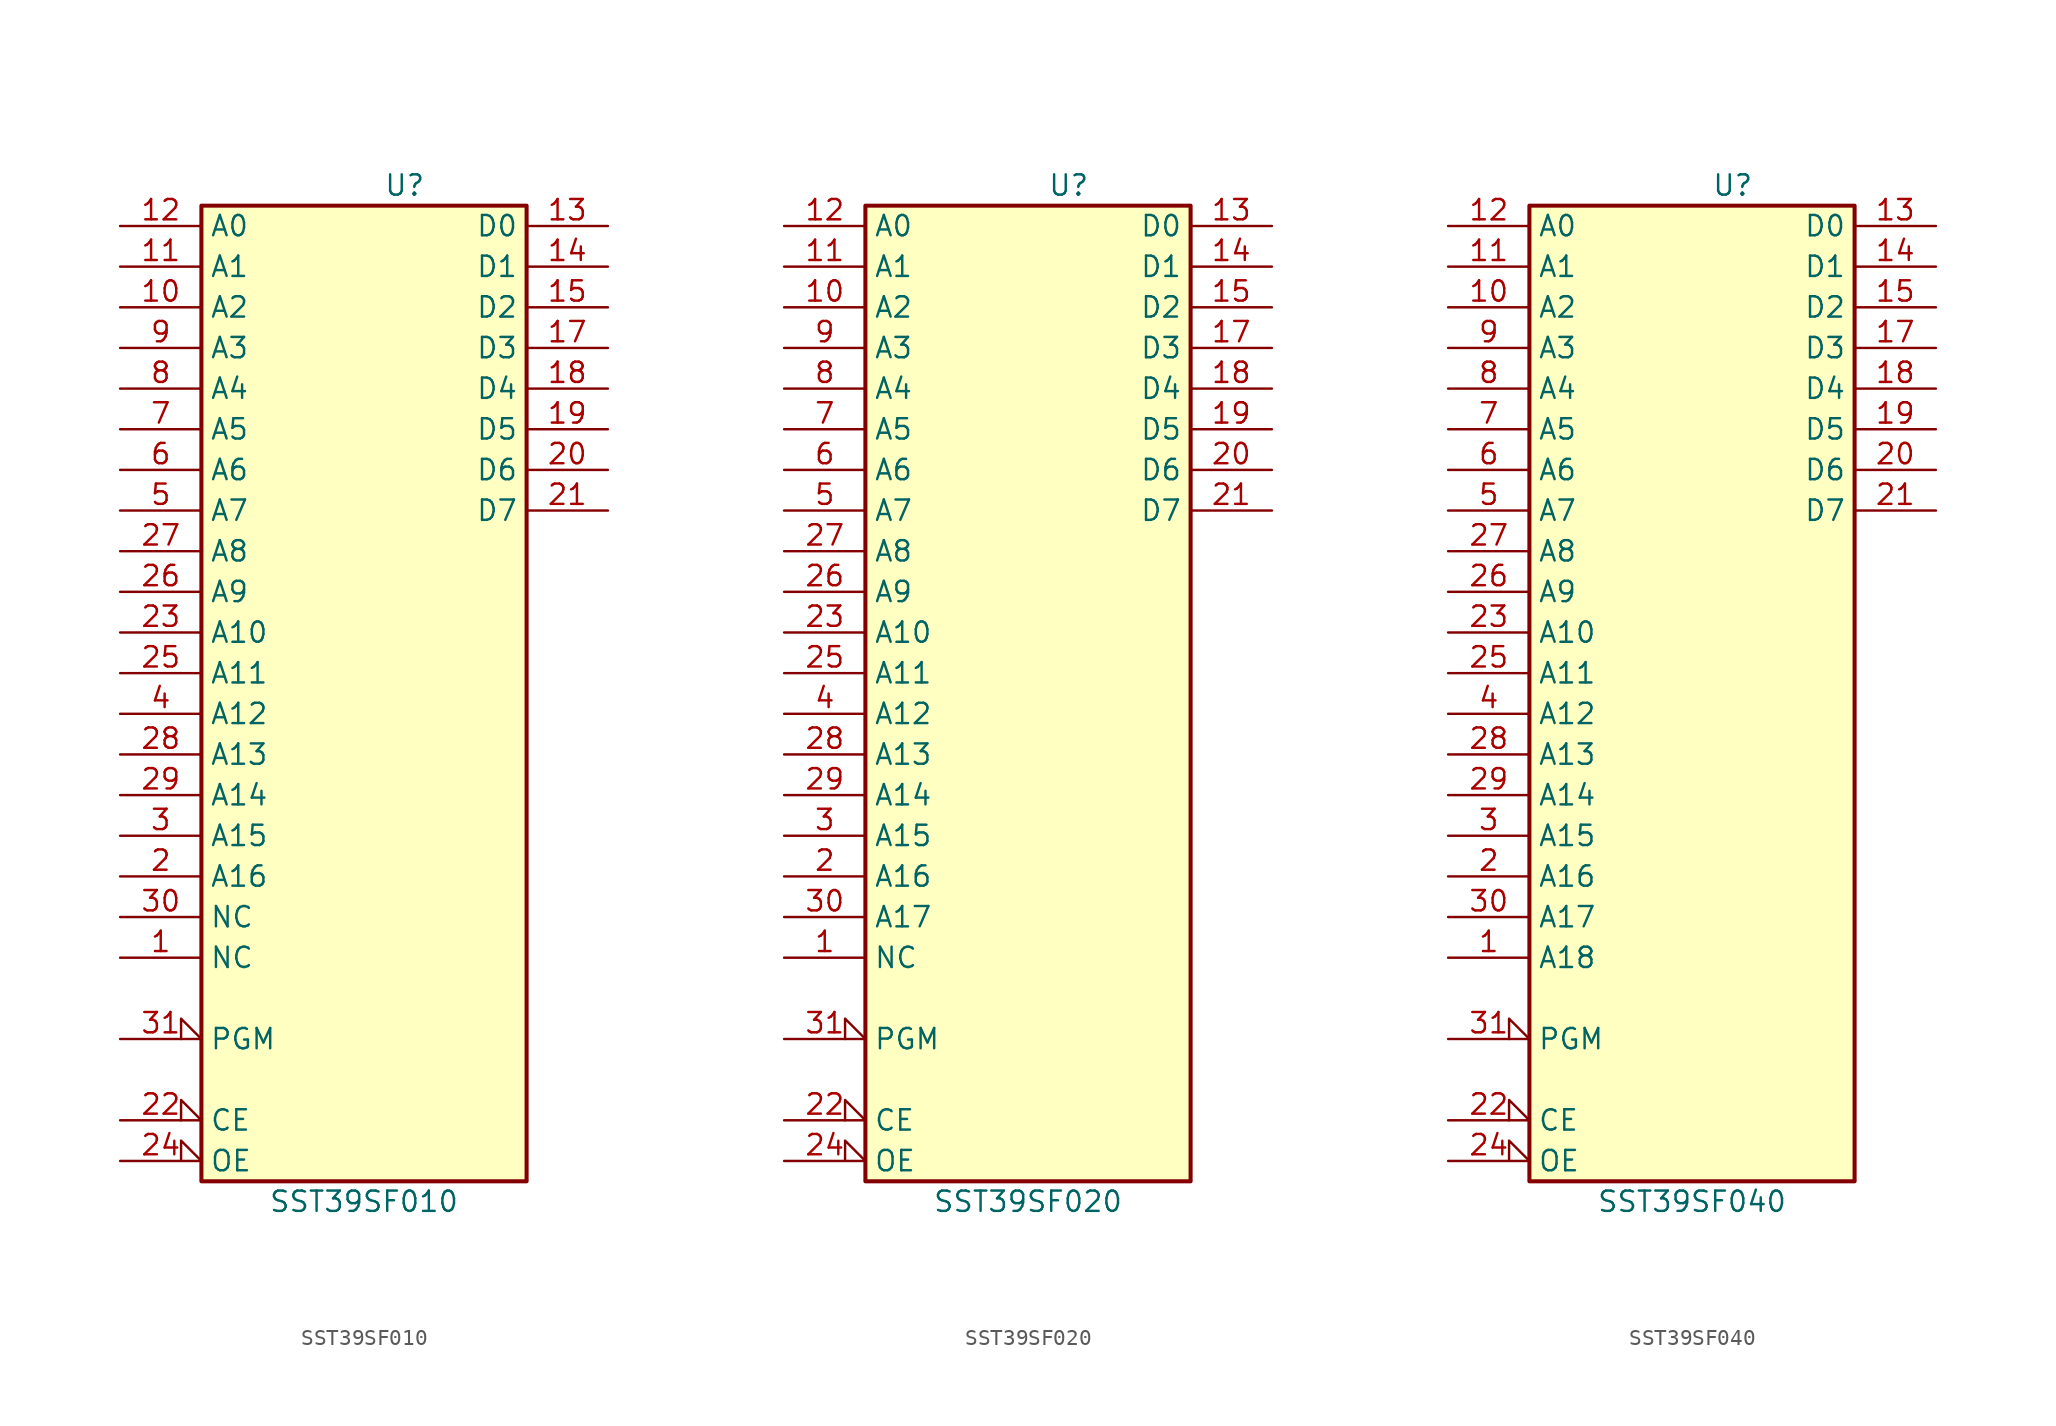
<source format=kicad_sym>
(kicad_symbol_lib
  (version 20200908)
  (generator kicad_symbol_editor)
  (symbol "Memory_Flash:SST39SF010"
    (property "Reference" "U"
      (at 2.54 33.02 0)
      (effects (font (size 1.27 1.27))))
    (property "Value" "SST39SF010"
      (at 0 -30.48 0)
      (effects (font (size 1.27 1.27))))
    (symbol "SST39SF010_0_1"
      (rectangle (start -10.16 31.75) (end 10.16 -29.21) (stroke (width 0.254)) (fill (type background))))
    (symbol "SST39SF010_0_0"
      (pin power_in line (at 0 -30.48 90) (length 1.27) hide (name "GND" (effects (font (size 1.27 1.27)))) (number "16" (effects (font (size 1.27 1.27)))))
      (pin power_in line (at 0 33.02 270) (length 1.27) hide (name "VCC" (effects (font (size 1.27 1.27)))) (number "32" (effects (font (size 1.27 1.27))))))
    (symbol "SST39SF010_1_1"
      (pin input line (at -15.24 -15.24 0) (length 5.08) (name "NC" (effects (font (size 1.27 1.27)))) (number "1" (effects (font (size 1.27 1.27)))))
      (pin input line (at -15.24 25.4 0) (length 5.08) (name "A2" (effects (font (size 1.27 1.27)))) (number "10" (effects (font (size 1.27 1.27)))))
      (pin input line (at -15.24 27.94 0) (length 5.08) (name "A1" (effects (font (size 1.27 1.27)))) (number "11" (effects (font (size 1.27 1.27)))))
      (pin input line (at -15.24 30.48 0) (length 5.08) (name "A0" (effects (font (size 1.27 1.27)))) (number "12" (effects (font (size 1.27 1.27)))))
      (pin tri_state line (at 15.24 30.48 180) (length 5.08) (name "D0" (effects (font (size 1.27 1.27)))) (number "13" (effects (font (size 1.27 1.27)))))
      (pin tri_state line (at 15.24 27.94 180) (length 5.08) (name "D1" (effects (font (size 1.27 1.27)))) (number "14" (effects (font (size 1.27 1.27)))))
      (pin tri_state line (at 15.24 25.4 180) (length 5.08) (name "D2" (effects (font (size 1.27 1.27)))) (number "15" (effects (font (size 1.27 1.27)))))
      (pin tri_state line (at 15.24 22.86 180) (length 5.08) (name "D3" (effects (font (size 1.27 1.27)))) (number "17" (effects (font (size 1.27 1.27)))))
      (pin tri_state line (at 15.24 20.32 180) (length 5.08) (name "D4" (effects (font (size 1.27 1.27)))) (number "18" (effects (font (size 1.27 1.27)))))
      (pin tri_state line (at 15.24 17.78 180) (length 5.08) (name "D5" (effects (font (size 1.27 1.27)))) (number "19" (effects (font (size 1.27 1.27)))))
      (pin input line (at -15.24 -10.16 0) (length 5.08) (name "A16" (effects (font (size 1.27 1.27)))) (number "2" (effects (font (size 1.27 1.27)))))
      (pin tri_state line (at 15.24 15.24 180) (length 5.08) (name "D6" (effects (font (size 1.27 1.27)))) (number "20" (effects (font (size 1.27 1.27)))))
      (pin tri_state line (at 15.24 12.7 180) (length 5.08) (name "D7" (effects (font (size 1.27 1.27)))) (number "21" (effects (font (size 1.27 1.27)))))
      (pin input input_low (at -15.24 -25.4 0) (length 5.08) (name "CE" (effects (font (size 1.27 1.27)))) (number "22" (effects (font (size 1.27 1.27)))))
      (pin input line (at -15.24 5.08 0) (length 5.08) (name "A10" (effects (font (size 1.27 1.27)))) (number "23" (effects (font (size 1.27 1.27)))))
      (pin input input_low (at -15.24 -27.94 0) (length 5.08) (name "OE" (effects (font (size 1.27 1.27)))) (number "24" (effects (font (size 1.27 1.27)))))
      (pin input line (at -15.24 2.54 0) (length 5.08) (name "A11" (effects (font (size 1.27 1.27)))) (number "25" (effects (font (size 1.27 1.27)))))
      (pin input line (at -15.24 7.62 0) (length 5.08) (name "A9" (effects (font (size 1.27 1.27)))) (number "26" (effects (font (size 1.27 1.27)))))
      (pin input line (at -15.24 10.16 0) (length 5.08) (name "A8" (effects (font (size 1.27 1.27)))) (number "27" (effects (font (size 1.27 1.27)))))
      (pin input line (at -15.24 -2.54 0) (length 5.08) (name "A13" (effects (font (size 1.27 1.27)))) (number "28" (effects (font (size 1.27 1.27)))))
      (pin input line (at -15.24 -5.08 0) (length 5.08) (name "A14" (effects (font (size 1.27 1.27)))) (number "29" (effects (font (size 1.27 1.27)))))
      (pin input line (at -15.24 -7.62 0) (length 5.08) (name "A15" (effects (font (size 1.27 1.27)))) (number "3" (effects (font (size 1.27 1.27)))))
      (pin input line (at -15.24 -12.7 0) (length 5.08) (name "NC" (effects (font (size 1.27 1.27)))) (number "30" (effects (font (size 1.27 1.27)))))
      (pin input input_low (at -15.24 -20.32 0) (length 5.08) (name "PGM" (effects (font (size 1.27 1.27)))) (number "31" (effects (font (size 1.27 1.27)))))
      (pin input line (at -15.24 0 0) (length 5.08) (name "A12" (effects (font (size 1.27 1.27)))) (number "4" (effects (font (size 1.27 1.27)))))
      (pin input line (at -15.24 12.7 0) (length 5.08) (name "A7" (effects (font (size 1.27 1.27)))) (number "5" (effects (font (size 1.27 1.27)))))
      (pin input line (at -15.24 15.24 0) (length 5.08) (name "A6" (effects (font (size 1.27 1.27)))) (number "6" (effects (font (size 1.27 1.27)))))
      (pin input line (at -15.24 17.78 0) (length 5.08) (name "A5" (effects (font (size 1.27 1.27)))) (number "7" (effects (font (size 1.27 1.27)))))
      (pin input line (at -15.24 20.32 0) (length 5.08) (name "A4" (effects (font (size 1.27 1.27)))) (number "8" (effects (font (size 1.27 1.27)))))
      (pin input line (at -15.24 22.86 0) (length 5.08) (name "A3" (effects (font (size 1.27 1.27)))) (number "9" (effects (font (size 1.27 1.27)))))))
  (symbol "Memory_Flash:SST39SF020"
    (property "Reference" "U"
      (at 2.54 33.02 0)
      (effects (font (size 1.27 1.27))))
    (property "Value" "SST39SF020"
      (at 0 -30.48 0)
      (effects (font (size 1.27 1.27))))
    (symbol "SST39SF020_0_1"
      (rectangle (start -10.16 31.75) (end 10.16 -29.21) (stroke (width 0.254)) (fill (type background))))
    (symbol "SST39SF020_0_0"
      (pin power_in line (at 0 -30.48 90) (length 1.27) hide (name "GND" (effects (font (size 1.27 1.27)))) (number "16" (effects (font (size 1.27 1.27)))))
      (pin power_in line (at 0 33.02 270) (length 1.27) hide (name "VCC" (effects (font (size 1.27 1.27)))) (number "32" (effects (font (size 1.27 1.27))))))
    (symbol "SST39SF020_1_1"
      (pin input line (at -15.24 -15.24 0) (length 5.08) (name "NC" (effects (font (size 1.27 1.27)))) (number "1" (effects (font (size 1.27 1.27)))))
      (pin input line (at -15.24 25.4 0) (length 5.08) (name "A2" (effects (font (size 1.27 1.27)))) (number "10" (effects (font (size 1.27 1.27)))))
      (pin input line (at -15.24 27.94 0) (length 5.08) (name "A1" (effects (font (size 1.27 1.27)))) (number "11" (effects (font (size 1.27 1.27)))))
      (pin input line (at -15.24 30.48 0) (length 5.08) (name "A0" (effects (font (size 1.27 1.27)))) (number "12" (effects (font (size 1.27 1.27)))))
      (pin tri_state line (at 15.24 30.48 180) (length 5.08) (name "D0" (effects (font (size 1.27 1.27)))) (number "13" (effects (font (size 1.27 1.27)))))
      (pin tri_state line (at 15.24 27.94 180) (length 5.08) (name "D1" (effects (font (size 1.27 1.27)))) (number "14" (effects (font (size 1.27 1.27)))))
      (pin tri_state line (at 15.24 25.4 180) (length 5.08) (name "D2" (effects (font (size 1.27 1.27)))) (number "15" (effects (font (size 1.27 1.27)))))
      (pin tri_state line (at 15.24 22.86 180) (length 5.08) (name "D3" (effects (font (size 1.27 1.27)))) (number "17" (effects (font (size 1.27 1.27)))))
      (pin tri_state line (at 15.24 20.32 180) (length 5.08) (name "D4" (effects (font (size 1.27 1.27)))) (number "18" (effects (font (size 1.27 1.27)))))
      (pin tri_state line (at 15.24 17.78 180) (length 5.08) (name "D5" (effects (font (size 1.27 1.27)))) (number "19" (effects (font (size 1.27 1.27)))))
      (pin input line (at -15.24 -10.16 0) (length 5.08) (name "A16" (effects (font (size 1.27 1.27)))) (number "2" (effects (font (size 1.27 1.27)))))
      (pin tri_state line (at 15.24 15.24 180) (length 5.08) (name "D6" (effects (font (size 1.27 1.27)))) (number "20" (effects (font (size 1.27 1.27)))))
      (pin tri_state line (at 15.24 12.7 180) (length 5.08) (name "D7" (effects (font (size 1.27 1.27)))) (number "21" (effects (font (size 1.27 1.27)))))
      (pin input input_low (at -15.24 -25.4 0) (length 5.08) (name "CE" (effects (font (size 1.27 1.27)))) (number "22" (effects (font (size 1.27 1.27)))))
      (pin input line (at -15.24 5.08 0) (length 5.08) (name "A10" (effects (font (size 1.27 1.27)))) (number "23" (effects (font (size 1.27 1.27)))))
      (pin input input_low (at -15.24 -27.94 0) (length 5.08) (name "OE" (effects (font (size 1.27 1.27)))) (number "24" (effects (font (size 1.27 1.27)))))
      (pin input line (at -15.24 2.54 0) (length 5.08) (name "A11" (effects (font (size 1.27 1.27)))) (number "25" (effects (font (size 1.27 1.27)))))
      (pin input line (at -15.24 7.62 0) (length 5.08) (name "A9" (effects (font (size 1.27 1.27)))) (number "26" (effects (font (size 1.27 1.27)))))
      (pin input line (at -15.24 10.16 0) (length 5.08) (name "A8" (effects (font (size 1.27 1.27)))) (number "27" (effects (font (size 1.27 1.27)))))
      (pin input line (at -15.24 -2.54 0) (length 5.08) (name "A13" (effects (font (size 1.27 1.27)))) (number "28" (effects (font (size 1.27 1.27)))))
      (pin input line (at -15.24 -5.08 0) (length 5.08) (name "A14" (effects (font (size 1.27 1.27)))) (number "29" (effects (font (size 1.27 1.27)))))
      (pin input line (at -15.24 -7.62 0) (length 5.08) (name "A15" (effects (font (size 1.27 1.27)))) (number "3" (effects (font (size 1.27 1.27)))))
      (pin input line (at -15.24 -12.7 0) (length 5.08) (name "A17" (effects (font (size 1.27 1.27)))) (number "30" (effects (font (size 1.27 1.27)))))
      (pin input input_low (at -15.24 -20.32 0) (length 5.08) (name "PGM" (effects (font (size 1.27 1.27)))) (number "31" (effects (font (size 1.27 1.27)))))
      (pin input line (at -15.24 0 0) (length 5.08) (name "A12" (effects (font (size 1.27 1.27)))) (number "4" (effects (font (size 1.27 1.27)))))
      (pin input line (at -15.24 12.7 0) (length 5.08) (name "A7" (effects (font (size 1.27 1.27)))) (number "5" (effects (font (size 1.27 1.27)))))
      (pin input line (at -15.24 15.24 0) (length 5.08) (name "A6" (effects (font (size 1.27 1.27)))) (number "6" (effects (font (size 1.27 1.27)))))
      (pin input line (at -15.24 17.78 0) (length 5.08) (name "A5" (effects (font (size 1.27 1.27)))) (number "7" (effects (font (size 1.27 1.27)))))
      (pin input line (at -15.24 20.32 0) (length 5.08) (name "A4" (effects (font (size 1.27 1.27)))) (number "8" (effects (font (size 1.27 1.27)))))
      (pin input line (at -15.24 22.86 0) (length 5.08) (name "A3" (effects (font (size 1.27 1.27)))) (number "9" (effects (font (size 1.27 1.27)))))))
  (symbol "Memory_Flash:SST39SF040"
    (property "Reference" "U"
      (at 2.54 33.02 0)
      (effects (font (size 1.27 1.27))))
    (property "Value" "SST39SF040"
      (at 0 -30.48 0)
      (effects (font (size 1.27 1.27))))
    (symbol "SST39SF040_0_1"
      (rectangle (start -10.16 31.75) (end 10.16 -29.21) (stroke (width 0.254)) (fill (type background))))
    (symbol "SST39SF040_0_0"
      (pin power_in line (at 0 -30.48 90) (length 1.27) hide (name "GND" (effects (font (size 1.27 1.27)))) (number "16" (effects (font (size 1.27 1.27)))))
      (pin power_in line (at 0 33.02 270) (length 1.27) hide (name "VCC" (effects (font (size 1.27 1.27)))) (number "32" (effects (font (size 1.27 1.27))))))
    (symbol "SST39SF040_1_1"
      (pin input line (at -15.24 -15.24 0) (length 5.08) (name "A18" (effects (font (size 1.27 1.27)))) (number "1" (effects (font (size 1.27 1.27)))))
      (pin input line (at -15.24 25.4 0) (length 5.08) (name "A2" (effects (font (size 1.27 1.27)))) (number "10" (effects (font (size 1.27 1.27)))))
      (pin input line (at -15.24 27.94 0) (length 5.08) (name "A1" (effects (font (size 1.27 1.27)))) (number "11" (effects (font (size 1.27 1.27)))))
      (pin input line (at -15.24 30.48 0) (length 5.08) (name "A0" (effects (font (size 1.27 1.27)))) (number "12" (effects (font (size 1.27 1.27)))))
      (pin tri_state line (at 15.24 30.48 180) (length 5.08) (name "D0" (effects (font (size 1.27 1.27)))) (number "13" (effects (font (size 1.27 1.27)))))
      (pin tri_state line (at 15.24 27.94 180) (length 5.08) (name "D1" (effects (font (size 1.27 1.27)))) (number "14" (effects (font (size 1.27 1.27)))))
      (pin tri_state line (at 15.24 25.4 180) (length 5.08) (name "D2" (effects (font (size 1.27 1.27)))) (number "15" (effects (font (size 1.27 1.27)))))
      (pin tri_state line (at 15.24 22.86 180) (length 5.08) (name "D3" (effects (font (size 1.27 1.27)))) (number "17" (effects (font (size 1.27 1.27)))))
      (pin tri_state line (at 15.24 20.32 180) (length 5.08) (name "D4" (effects (font (size 1.27 1.27)))) (number "18" (effects (font (size 1.27 1.27)))))
      (pin tri_state line (at 15.24 17.78 180) (length 5.08) (name "D5" (effects (font (size 1.27 1.27)))) (number "19" (effects (font (size 1.27 1.27)))))
      (pin input line (at -15.24 -10.16 0) (length 5.08) (name "A16" (effects (font (size 1.27 1.27)))) (number "2" (effects (font (size 1.27 1.27)))))
      (pin tri_state line (at 15.24 15.24 180) (length 5.08) (name "D6" (effects (font (size 1.27 1.27)))) (number "20" (effects (font (size 1.27 1.27)))))
      (pin tri_state line (at 15.24 12.7 180) (length 5.08) (name "D7" (effects (font (size 1.27 1.27)))) (number "21" (effects (font (size 1.27 1.27)))))
      (pin input input_low (at -15.24 -25.4 0) (length 5.08) (name "CE" (effects (font (size 1.27 1.27)))) (number "22" (effects (font (size 1.27 1.27)))))
      (pin input line (at -15.24 5.08 0) (length 5.08) (name "A10" (effects (font (size 1.27 1.27)))) (number "23" (effects (font (size 1.27 1.27)))))
      (pin input input_low (at -15.24 -27.94 0) (length 5.08) (name "OE" (effects (font (size 1.27 1.27)))) (number "24" (effects (font (size 1.27 1.27)))))
      (pin input line (at -15.24 2.54 0) (length 5.08) (name "A11" (effects (font (size 1.27 1.27)))) (number "25" (effects (font (size 1.27 1.27)))))
      (pin input line (at -15.24 7.62 0) (length 5.08) (name "A9" (effects (font (size 1.27 1.27)))) (number "26" (effects (font (size 1.27 1.27)))))
      (pin input line (at -15.24 10.16 0) (length 5.08) (name "A8" (effects (font (size 1.27 1.27)))) (number "27" (effects (font (size 1.27 1.27)))))
      (pin input line (at -15.24 -2.54 0) (length 5.08) (name "A13" (effects (font (size 1.27 1.27)))) (number "28" (effects (font (size 1.27 1.27)))))
      (pin input line (at -15.24 -5.08 0) (length 5.08) (name "A14" (effects (font (size 1.27 1.27)))) (number "29" (effects (font (size 1.27 1.27)))))
      (pin input line (at -15.24 -7.62 0) (length 5.08) (name "A15" (effects (font (size 1.27 1.27)))) (number "3" (effects (font (size 1.27 1.27)))))
      (pin input line (at -15.24 -12.7 0) (length 5.08) (name "A17" (effects (font (size 1.27 1.27)))) (number "30" (effects (font (size 1.27 1.27)))))
      (pin input input_low (at -15.24 -20.32 0) (length 5.08) (name "PGM" (effects (font (size 1.27 1.27)))) (number "31" (effects (font (size 1.27 1.27)))))
      (pin input line (at -15.24 0 0) (length 5.08) (name "A12" (effects (font (size 1.27 1.27)))) (number "4" (effects (font (size 1.27 1.27)))))
      (pin input line (at -15.24 12.7 0) (length 5.08) (name "A7" (effects (font (size 1.27 1.27)))) (number "5" (effects (font (size 1.27 1.27)))))
      (pin input line (at -15.24 15.24 0) (length 5.08) (name "A6" (effects (font (size 1.27 1.27)))) (number "6" (effects (font (size 1.27 1.27)))))
      (pin input line (at -15.24 17.78 0) (length 5.08) (name "A5" (effects (font (size 1.27 1.27)))) (number "7" (effects (font (size 1.27 1.27)))))
      (pin input line (at -15.24 20.32 0) (length 5.08) (name "A4" (effects (font (size 1.27 1.27)))) (number "8" (effects (font (size 1.27 1.27)))))
      (pin input line (at -15.24 22.86 0) (length 5.08) (name "A3" (effects (font (size 1.27 1.27)))) (number "9" (effects (font (size 1.27 1.27))))))))
</source>
